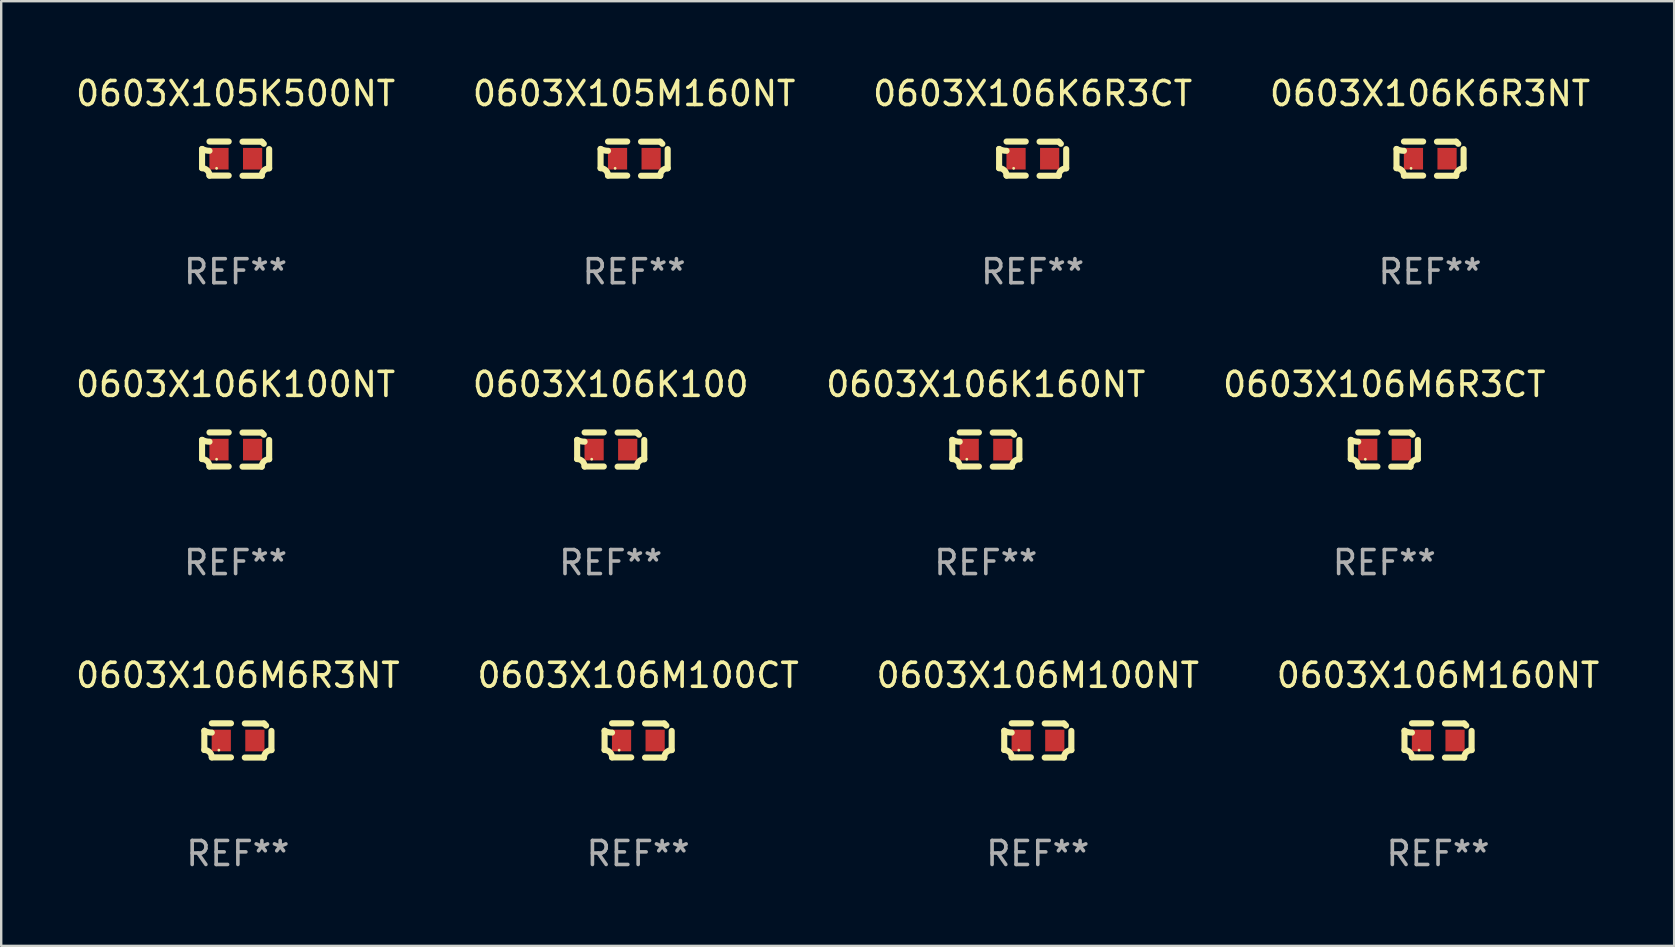
<source format=kicad_pcb>
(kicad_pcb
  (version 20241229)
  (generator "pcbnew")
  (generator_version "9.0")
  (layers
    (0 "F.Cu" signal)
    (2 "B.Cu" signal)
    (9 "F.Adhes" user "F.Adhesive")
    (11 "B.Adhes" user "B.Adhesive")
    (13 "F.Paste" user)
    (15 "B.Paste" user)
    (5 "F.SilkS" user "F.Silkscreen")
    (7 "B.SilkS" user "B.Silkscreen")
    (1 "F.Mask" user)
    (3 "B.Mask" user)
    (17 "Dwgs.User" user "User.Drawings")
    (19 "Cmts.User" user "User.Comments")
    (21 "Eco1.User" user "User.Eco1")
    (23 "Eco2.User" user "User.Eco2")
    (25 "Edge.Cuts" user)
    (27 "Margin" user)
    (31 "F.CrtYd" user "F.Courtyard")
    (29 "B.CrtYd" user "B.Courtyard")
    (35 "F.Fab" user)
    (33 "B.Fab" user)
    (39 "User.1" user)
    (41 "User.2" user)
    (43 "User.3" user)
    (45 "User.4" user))
  (footprint "0603X105M160NT"
    (layer "F.Cu")
    (at 23.375 3.561)
    (property "Reference" "0603X105M160NT" (at 0 -2.713 0) (layer "F.SilkS") (effects (font (size 1 1) (thickness 0.15))))
    (attr through_hole)
    (fp_line (start -1.398 -0.403) (end -1.398 0.397) (stroke (width 0.254) (type solid)) (layer "F.SilkS"))
    (fp_line (start -0.288 -0.713) (end -1.088 -0.713) (stroke (width 0.254) (type solid)) (layer "F.SilkS"))
    (fp_line (start -0.288 0.707) (end -1.088 0.707) (stroke (width 0.254) (type solid)) (layer "F.SilkS"))
    (fp_line (start 0.288 -0.707) (end 1.088 -0.707) (stroke (width 0.254) (type solid)) (layer "F.SilkS"))
    (fp_line (start 0.288 0.713) (end 1.088 0.713) (stroke (width 0.254) (type solid)) (layer "F.SilkS"))
    (fp_line (start 1.398 -0.397) (end 1.398 0.403) (stroke (width 0.254) (type solid)) (layer "F.SilkS"))
    (fp_arc (start -1.397789 0.397066) (mid -1.178701 0.487826) (end -1.08796 0.706922) (stroke (width 0.254001) (type solid)) (layer "F.SilkS"))
    (fp_arc (start -1.08796 -0.327176) (mid -1.247436 -0.346384) (end -1.39779 -0.402908) (stroke (width 0.254001) (type solid)) (layer "F.SilkS"))
    (fp_arc (start 1.087909 0.712738) (mid 1.178656 0.493655) (end 1.397739 0.402908) (stroke (width 0.254001) (type solid)) (layer "F.SilkS"))
    (fp_arc (start 1.175925 -0.618926) (mid 1.131917 -0.662923) (end 1.08791 -0.706922) (stroke (width 0.254001) (type solid)) (layer "F.SilkS"))
    (fp_circle (center -0.792 0.403) (end -0.762 0.403) (stroke (width 0.06) (type solid)) (fill no) (layer "F.SilkS"))
    (fp_text user "REF**" (at 0 4.713 0) (layer "F.Fab") (effects (font (size 1 1) (thickness 0.15))))
    (pad "1" smd rect (at -0.692 0.003) (size 0.8 0.9) (layers "F.Cu" "F.Mask" "F.Paste"))
    (pad "2" smd rect (at 0.708 0.003) (size 0.8 0.9) (layers "F.Cu" "F.Mask" "F.Paste")))
  (footprint "0603X106K100NT"
    (layer "F.Cu")
    (at 6.768 15.683)
    (property "Reference" "0603X106K100NT" (at 0 -2.713 0) (layer "F.SilkS") (effects (font (size 1 1) (thickness 0.15))))
    (attr through_hole)
    (fp_line (start -1.398 -0.403) (end -1.398 0.397) (stroke (width 0.254) (type solid)) (layer "F.SilkS"))
    (fp_line (start -0.288 -0.713) (end -1.088 -0.713) (stroke (width 0.254) (type solid)) (layer "F.SilkS"))
    (fp_line (start -0.288 0.707) (end -1.088 0.707) (stroke (width 0.254) (type solid)) (layer "F.SilkS"))
    (fp_line (start 0.288 -0.707) (end 1.088 -0.707) (stroke (width 0.254) (type solid)) (layer "F.SilkS"))
    (fp_line (start 0.288 0.713) (end 1.088 0.713) (stroke (width 0.254) (type solid)) (layer "F.SilkS"))
    (fp_line (start 1.398 -0.397) (end 1.398 0.403) (stroke (width 0.254) (type solid)) (layer "F.SilkS"))
    (fp_arc (start -1.397789 0.397066) (mid -1.178701 0.487826) (end -1.08796 0.706922) (stroke (width 0.254001) (type solid)) (layer "F.SilkS"))
    (fp_arc (start -1.08796 -0.327176) (mid -1.247436 -0.346384) (end -1.39779 -0.402908) (stroke (width 0.254001) (type solid)) (layer "F.SilkS"))
    (fp_arc (start 1.087909 0.712738) (mid 1.178656 0.493655) (end 1.397739 0.402908) (stroke (width 0.254001) (type solid)) (layer "F.SilkS"))
    (fp_arc (start 1.175925 -0.618926) (mid 1.131917 -0.662923) (end 1.08791 -0.706922) (stroke (width 0.254001) (type solid)) (layer "F.SilkS"))
    (fp_circle (center -0.792 0.403) (end -0.762 0.403) (stroke (width 0.06) (type solid)) (fill no) (layer "F.SilkS"))
    (fp_text user "REF**" (at 0 4.713 0) (layer "F.Fab") (effects (font (size 1 1) (thickness 0.15))))
    (pad "1" smd rect (at -0.692 0.003) (size 0.8 0.9) (layers "F.Cu" "F.Mask" "F.Paste"))
    (pad "2" smd rect (at 0.708 0.003) (size 0.8 0.9) (layers "F.Cu" "F.Mask" "F.Paste")))
  (footprint "0603X106M100CT"
    (layer "F.Cu")
    (at 23.542 27.805)
    (property "Reference" "0603X106M100CT" (at 0 -2.713 0) (layer "F.SilkS") (effects (font (size 1 1) (thickness 0.15))))
    (attr through_hole)
    (fp_line (start -1.398 -0.403) (end -1.398 0.397) (stroke (width 0.254) (type solid)) (layer "F.SilkS"))
    (fp_line (start -0.288 -0.713) (end -1.088 -0.713) (stroke (width 0.254) (type solid)) (layer "F.SilkS"))
    (fp_line (start -0.288 0.707) (end -1.088 0.707) (stroke (width 0.254) (type solid)) (layer "F.SilkS"))
    (fp_line (start 0.288 -0.707) (end 1.088 -0.707) (stroke (width 0.254) (type solid)) (layer "F.SilkS"))
    (fp_line (start 0.288 0.713) (end 1.088 0.713) (stroke (width 0.254) (type solid)) (layer "F.SilkS"))
    (fp_line (start 1.398 -0.397) (end 1.398 0.403) (stroke (width 0.254) (type solid)) (layer "F.SilkS"))
    (fp_arc (start -1.397789 0.397066) (mid -1.178701 0.487826) (end -1.08796 0.706922) (stroke (width 0.254001) (type solid)) (layer "F.SilkS"))
    (fp_arc (start -1.08796 -0.327176) (mid -1.247436 -0.346384) (end -1.39779 -0.402908) (stroke (width 0.254001) (type solid)) (layer "F.SilkS"))
    (fp_arc (start 1.087909 0.712738) (mid 1.178656 0.493655) (end 1.397739 0.402908) (stroke (width 0.254001) (type solid)) (layer "F.SilkS"))
    (fp_arc (start 1.175925 -0.618926) (mid 1.131917 -0.662923) (end 1.08791 -0.706922) (stroke (width 0.254001) (type solid)) (layer "F.SilkS"))
    (fp_circle (center -0.792 0.403) (end -0.762 0.403) (stroke (width 0.06) (type solid)) (fill no) (layer "F.SilkS"))
    (fp_text user "REF**" (at 0 4.713 0) (layer "F.Fab") (effects (font (size 1 1) (thickness 0.15))))
    (pad "1" smd rect (at -0.692 0.003) (size 0.8 0.9) (layers "F.Cu" "F.Mask" "F.Paste"))
    (pad "2" smd rect (at 0.708 0.003) (size 0.8 0.9) (layers "F.Cu" "F.Mask" "F.Paste")))
  (footprint "0603X106K6R3CT"
    (layer "F.Cu")
    (at 39.982 3.561)
    (property "Reference" "0603X106K6R3CT" (at 0 -2.713 0) (layer "F.SilkS") (effects (font (size 1 1) (thickness 0.15))))
    (attr through_hole)
    (fp_line (start -1.398 -0.403) (end -1.398 0.397) (stroke (width 0.254) (type solid)) (layer "F.SilkS"))
    (fp_line (start -0.288 -0.713) (end -1.088 -0.713) (stroke (width 0.254) (type solid)) (layer "F.SilkS"))
    (fp_line (start -0.288 0.707) (end -1.088 0.707) (stroke (width 0.254) (type solid)) (layer "F.SilkS"))
    (fp_line (start 0.288 -0.707) (end 1.088 -0.707) (stroke (width 0.254) (type solid)) (layer "F.SilkS"))
    (fp_line (start 0.288 0.713) (end 1.088 0.713) (stroke (width 0.254) (type solid)) (layer "F.SilkS"))
    (fp_line (start 1.398 -0.397) (end 1.398 0.403) (stroke (width 0.254) (type solid)) (layer "F.SilkS"))
    (fp_arc (start -1.397789 0.397066) (mid -1.178701 0.487826) (end -1.08796 0.706922) (stroke (width 0.254001) (type solid)) (layer "F.SilkS"))
    (fp_arc (start -1.08796 -0.327176) (mid -1.247436 -0.346384) (end -1.39779 -0.402908) (stroke (width 0.254001) (type solid)) (layer "F.SilkS"))
    (fp_arc (start 1.087909 0.712738) (mid 1.178656 0.493655) (end 1.397739 0.402908) (stroke (width 0.254001) (type solid)) (layer "F.SilkS"))
    (fp_arc (start 1.175925 -0.618926) (mid 1.131917 -0.662923) (end 1.08791 -0.706922) (stroke (width 0.254001) (type solid)) (layer "F.SilkS"))
    (fp_circle (center -0.792 0.403) (end -0.762 0.403) (stroke (width 0.06) (type solid)) (fill no) (layer "F.SilkS"))
    (fp_text user "REF**" (at 0 4.713 0) (layer "F.Fab") (effects (font (size 1 1) (thickness 0.15))))
    (pad "1" smd rect (at -0.692 0.003) (size 0.8 0.9) (layers "F.Cu" "F.Mask" "F.Paste"))
    (pad "2" smd rect (at 0.708 0.003) (size 0.8 0.9) (layers "F.Cu" "F.Mask" "F.Paste")))
  (footprint "0603X105K500NT"
    (layer "F.Cu")
    (at 6.768 3.561)
    (property "Reference" "0603X105K500NT" (at 0 -2.713 0) (layer "F.SilkS") (effects (font (size 1 1) (thickness 0.15))))
    (attr through_hole)
    (fp_line (start -1.398 -0.403) (end -1.398 0.397) (stroke (width 0.254) (type solid)) (layer "F.SilkS"))
    (fp_line (start -0.288 -0.713) (end -1.088 -0.713) (stroke (width 0.254) (type solid)) (layer "F.SilkS"))
    (fp_line (start -0.288 0.707) (end -1.088 0.707) (stroke (width 0.254) (type solid)) (layer "F.SilkS"))
    (fp_line (start 0.288 -0.707) (end 1.088 -0.707) (stroke (width 0.254) (type solid)) (layer "F.SilkS"))
    (fp_line (start 0.288 0.713) (end 1.088 0.713) (stroke (width 0.254) (type solid)) (layer "F.SilkS"))
    (fp_line (start 1.398 -0.397) (end 1.398 0.403) (stroke (width 0.254) (type solid)) (layer "F.SilkS"))
    (fp_arc (start -1.397789 0.397066) (mid -1.178701 0.487826) (end -1.08796 0.706922) (stroke (width 0.254001) (type solid)) (layer "F.SilkS"))
    (fp_arc (start -1.08796 -0.327176) (mid -1.247436 -0.346384) (end -1.39779 -0.402908) (stroke (width 0.254001) (type solid)) (layer "F.SilkS"))
    (fp_arc (start 1.087909 0.712738) (mid 1.178656 0.493655) (end 1.397739 0.402908) (stroke (width 0.254001) (type solid)) (layer "F.SilkS"))
    (fp_arc (start 1.175925 -0.618926) (mid 1.131917 -0.662923) (end 1.08791 -0.706922) (stroke (width 0.254001) (type solid)) (layer "F.SilkS"))
    (fp_circle (center -0.792 0.403) (end -0.762 0.403) (stroke (width 0.06) (type solid)) (fill no) (layer "F.SilkS"))
    (fp_text user "REF**" (at 0 4.713 0) (layer "F.Fab") (effects (font (size 1 1) (thickness 0.15))))
    (pad "1" smd rect (at -0.692 0.003) (size 0.8 0.9) (layers "F.Cu" "F.Mask" "F.Paste"))
    (pad "2" smd rect (at 0.708 0.003) (size 0.8 0.9) (layers "F.Cu" "F.Mask" "F.Paste")))
  (footprint "0603X106M6R3NT"
    (layer "F.Cu")
    (at 6.863 27.805)
    (property "Reference" "0603X106M6R3NT" (at 0 -2.713 0) (layer "F.SilkS") (effects (font (size 1 1) (thickness 0.15))))
    (attr through_hole)
    (fp_line (start -1.398 -0.403) (end -1.398 0.397) (stroke (width 0.254) (type solid)) (layer "F.SilkS"))
    (fp_line (start -0.288 -0.713) (end -1.088 -0.713) (stroke (width 0.254) (type solid)) (layer "F.SilkS"))
    (fp_line (start -0.288 0.707) (end -1.088 0.707) (stroke (width 0.254) (type solid)) (layer "F.SilkS"))
    (fp_line (start 0.288 -0.707) (end 1.088 -0.707) (stroke (width 0.254) (type solid)) (layer "F.SilkS"))
    (fp_line (start 0.288 0.713) (end 1.088 0.713) (stroke (width 0.254) (type solid)) (layer "F.SilkS"))
    (fp_line (start 1.398 -0.397) (end 1.398 0.403) (stroke (width 0.254) (type solid)) (layer "F.SilkS"))
    (fp_arc (start -1.397789 0.397066) (mid -1.178701 0.487826) (end -1.08796 0.706922) (stroke (width 0.254001) (type solid)) (layer "F.SilkS"))
    (fp_arc (start -1.08796 -0.327176) (mid -1.247436 -0.346384) (end -1.39779 -0.402908) (stroke (width 0.254001) (type solid)) (layer "F.SilkS"))
    (fp_arc (start 1.087909 0.712738) (mid 1.178656 0.493655) (end 1.397739 0.402908) (stroke (width 0.254001) (type solid)) (layer "F.SilkS"))
    (fp_arc (start 1.175925 -0.618926) (mid 1.131917 -0.662923) (end 1.08791 -0.706922) (stroke (width 0.254001) (type solid)) (layer "F.SilkS"))
    (fp_circle (center -0.792 0.403) (end -0.762 0.403) (stroke (width 0.06) (type solid)) (fill no) (layer "F.SilkS"))
    (fp_text user "REF**" (at 0 4.713 0) (layer "F.Fab") (effects (font (size 1 1) (thickness 0.15))))
    (pad "1" smd rect (at -0.692 0.003) (size 0.8 0.9) (layers "F.Cu" "F.Mask" "F.Paste"))
    (pad "2" smd rect (at 0.708 0.003) (size 0.8 0.9) (layers "F.Cu" "F.Mask" "F.Paste")))
  (footprint "0603X106K160NT"
    (layer "F.Cu")
    (at 38.03 15.683)
    (property "Reference" "0603X106K160NT" (at 0 -2.713 0) (layer "F.SilkS") (effects (font (size 1 1) (thickness 0.15))))
    (attr through_hole)
    (fp_line (start -1.398 -0.403) (end -1.398 0.397) (stroke (width 0.254) (type solid)) (layer "F.SilkS"))
    (fp_line (start -0.288 -0.713) (end -1.088 -0.713) (stroke (width 0.254) (type solid)) (layer "F.SilkS"))
    (fp_line (start -0.288 0.707) (end -1.088 0.707) (stroke (width 0.254) (type solid)) (layer "F.SilkS"))
    (fp_line (start 0.288 -0.707) (end 1.088 -0.707) (stroke (width 0.254) (type solid)) (layer "F.SilkS"))
    (fp_line (start 0.288 0.713) (end 1.088 0.713) (stroke (width 0.254) (type solid)) (layer "F.SilkS"))
    (fp_line (start 1.398 -0.397) (end 1.398 0.403) (stroke (width 0.254) (type solid)) (layer "F.SilkS"))
    (fp_arc (start -1.397789 0.397066) (mid -1.178701 0.487826) (end -1.08796 0.706922) (stroke (width 0.254001) (type solid)) (layer "F.SilkS"))
    (fp_arc (start -1.08796 -0.327176) (mid -1.247436 -0.346384) (end -1.39779 -0.402908) (stroke (width 0.254001) (type solid)) (layer "F.SilkS"))
    (fp_arc (start 1.087909 0.712738) (mid 1.178656 0.493655) (end 1.397739 0.402908) (stroke (width 0.254001) (type solid)) (layer "F.SilkS"))
    (fp_arc (start 1.175925 -0.618926) (mid 1.131917 -0.662923) (end 1.08791 -0.706922) (stroke (width 0.254001) (type solid)) (layer "F.SilkS"))
    (fp_circle (center -0.792 0.403) (end -0.762 0.403) (stroke (width 0.06) (type solid)) (fill no) (layer "F.SilkS"))
    (fp_text user "REF**" (at 0 4.713 0) (layer "F.Fab") (effects (font (size 1 1) (thickness 0.15))))
    (pad "1" smd rect (at -0.692 0.003) (size 0.8 0.9) (layers "F.Cu" "F.Mask" "F.Paste"))
    (pad "2" smd rect (at 0.708 0.003) (size 0.8 0.9) (layers "F.Cu" "F.Mask" "F.Paste")))
  (footprint "0603X106M100NT"
    (layer "F.Cu")
    (at 40.196 27.805)
    (property "Reference" "0603X106M100NT" (at 0 -2.713 0) (layer "F.SilkS") (effects (font (size 1 1) (thickness 0.15))))
    (attr through_hole)
    (fp_line (start -1.398 -0.403) (end -1.398 0.397) (stroke (width 0.254) (type solid)) (layer "F.SilkS"))
    (fp_line (start -0.288 -0.713) (end -1.088 -0.713) (stroke (width 0.254) (type solid)) (layer "F.SilkS"))
    (fp_line (start -0.288 0.707) (end -1.088 0.707) (stroke (width 0.254) (type solid)) (layer "F.SilkS"))
    (fp_line (start 0.288 -0.707) (end 1.088 -0.707) (stroke (width 0.254) (type solid)) (layer "F.SilkS"))
    (fp_line (start 0.288 0.713) (end 1.088 0.713) (stroke (width 0.254) (type solid)) (layer "F.SilkS"))
    (fp_line (start 1.398 -0.397) (end 1.398 0.403) (stroke (width 0.254) (type solid)) (layer "F.SilkS"))
    (fp_arc (start -1.397789 0.397066) (mid -1.178701 0.487826) (end -1.08796 0.706922) (stroke (width 0.254001) (type solid)) (layer "F.SilkS"))
    (fp_arc (start -1.08796 -0.327176) (mid -1.247436 -0.346384) (end -1.39779 -0.402908) (stroke (width 0.254001) (type solid)) (layer "F.SilkS"))
    (fp_arc (start 1.087909 0.712738) (mid 1.178656 0.493655) (end 1.397739 0.402908) (stroke (width 0.254001) (type solid)) (layer "F.SilkS"))
    (fp_arc (start 1.175925 -0.618926) (mid 1.131917 -0.662923) (end 1.08791 -0.706922) (stroke (width 0.254001) (type solid)) (layer "F.SilkS"))
    (fp_circle (center -0.792 0.403) (end -0.762 0.403) (stroke (width 0.06) (type solid)) (fill no) (layer "F.SilkS"))
    (fp_text user "REF**" (at 0 4.713 0) (layer "F.Fab") (effects (font (size 1 1) (thickness 0.15))))
    (pad "1" smd rect (at -0.692 0.003) (size 0.8 0.9) (layers "F.Cu" "F.Mask" "F.Paste"))
    (pad "2" smd rect (at 0.708 0.003) (size 0.8 0.9) (layers "F.Cu" "F.Mask" "F.Paste")))
  (footprint "0603X106M6R3CT"
    (layer "F.Cu")
    (at 54.637 15.683)
    (property "Reference" "0603X106M6R3CT" (at 0 -2.713 0) (layer "F.SilkS") (effects (font (size 1 1) (thickness 0.15))))
    (attr through_hole)
    (fp_line (start -1.398 -0.403) (end -1.398 0.397) (stroke (width 0.254) (type solid)) (layer "F.SilkS"))
    (fp_line (start -0.288 -0.713) (end -1.088 -0.713) (stroke (width 0.254) (type solid)) (layer "F.SilkS"))
    (fp_line (start -0.288 0.707) (end -1.088 0.707) (stroke (width 0.254) (type solid)) (layer "F.SilkS"))
    (fp_line (start 0.288 -0.707) (end 1.088 -0.707) (stroke (width 0.254) (type solid)) (layer "F.SilkS"))
    (fp_line (start 0.288 0.713) (end 1.088 0.713) (stroke (width 0.254) (type solid)) (layer "F.SilkS"))
    (fp_line (start 1.398 -0.397) (end 1.398 0.403) (stroke (width 0.254) (type solid)) (layer "F.SilkS"))
    (fp_arc (start -1.397789 0.397066) (mid -1.178701 0.487826) (end -1.08796 0.706922) (stroke (width 0.254001) (type solid)) (layer "F.SilkS"))
    (fp_arc (start -1.08796 -0.327176) (mid -1.247436 -0.346384) (end -1.39779 -0.402908) (stroke (width 0.254001) (type solid)) (layer "F.SilkS"))
    (fp_arc (start 1.087909 0.712738) (mid 1.178656 0.493655) (end 1.397739 0.402908) (stroke (width 0.254001) (type solid)) (layer "F.SilkS"))
    (fp_arc (start 1.175925 -0.618926) (mid 1.131917 -0.662923) (end 1.08791 -0.706922) (stroke (width 0.254001) (type solid)) (layer "F.SilkS"))
    (fp_circle (center -0.792 0.403) (end -0.762 0.403) (stroke (width 0.06) (type solid)) (fill no) (layer "F.SilkS"))
    (fp_text user "REF**" (at 0 4.713 0) (layer "F.Fab") (effects (font (size 1 1) (thickness 0.15))))
    (pad "1" smd rect (at -0.692 0.003) (size 0.8 0.9) (layers "F.Cu" "F.Mask" "F.Paste"))
    (pad "2" smd rect (at 0.708 0.003) (size 0.8 0.9) (layers "F.Cu" "F.Mask" "F.Paste")))
  (footprint "0603X106K100"
    (layer "F.Cu")
    (at 22.399 15.683)
    (property "Reference" "0603X106K100" (at 0 -2.713 0) (layer "F.SilkS") (effects (font (size 1 1) (thickness 0.15))))
    (attr through_hole)
    (fp_line (start -1.398 -0.403) (end -1.398 0.397) (stroke (width 0.254) (type solid)) (layer "F.SilkS"))
    (fp_line (start -0.288 -0.713) (end -1.088 -0.713) (stroke (width 0.254) (type solid)) (layer "F.SilkS"))
    (fp_line (start -0.288 0.707) (end -1.088 0.707) (stroke (width 0.254) (type solid)) (layer "F.SilkS"))
    (fp_line (start 0.288 -0.707) (end 1.088 -0.707) (stroke (width 0.254) (type solid)) (layer "F.SilkS"))
    (fp_line (start 0.288 0.713) (end 1.088 0.713) (stroke (width 0.254) (type solid)) (layer "F.SilkS"))
    (fp_line (start 1.398 -0.397) (end 1.398 0.403) (stroke (width 0.254) (type solid)) (layer "F.SilkS"))
    (fp_arc (start -1.397789 0.397066) (mid -1.178701 0.487826) (end -1.08796 0.706922) (stroke (width 0.254001) (type solid)) (layer "F.SilkS"))
    (fp_arc (start -1.08796 -0.327176) (mid -1.247436 -0.346384) (end -1.39779 -0.402908) (stroke (width 0.254001) (type solid)) (layer "F.SilkS"))
    (fp_arc (start 1.087909 0.712738) (mid 1.178656 0.493655) (end 1.397739 0.402908) (stroke (width 0.254001) (type solid)) (layer "F.SilkS"))
    (fp_arc (start 1.175925 -0.618926) (mid 1.131917 -0.662923) (end 1.08791 -0.706922) (stroke (width 0.254001) (type solid)) (layer "F.SilkS"))
    (fp_circle (center -0.792 0.403) (end -0.762 0.403) (stroke (width 0.06) (type solid)) (fill no) (layer "F.SilkS"))
    (fp_text user "REF**" (at 0 4.713 0) (layer "F.Fab") (effects (font (size 1 1) (thickness 0.15))))
    (pad "1" smd rect (at -0.692 0.003) (size 0.8 0.9) (layers "F.Cu" "F.Mask" "F.Paste"))
    (pad "2" smd rect (at 0.708 0.003) (size 0.8 0.9) (layers "F.Cu" "F.Mask" "F.Paste")))
  (footprint "0603X106M160NT"
    (layer "F.Cu")
    (at 56.875 27.805)
    (property "Reference" "0603X106M160NT" (at 0 -2.713 0) (layer "F.SilkS") (effects (font (size 1 1) (thickness 0.15))))
    (attr through_hole)
    (fp_line (start -1.398 -0.403) (end -1.398 0.397) (stroke (width 0.254) (type solid)) (layer "F.SilkS"))
    (fp_line (start -0.288 -0.713) (end -1.088 -0.713) (stroke (width 0.254) (type solid)) (layer "F.SilkS"))
    (fp_line (start -0.288 0.707) (end -1.088 0.707) (stroke (width 0.254) (type solid)) (layer "F.SilkS"))
    (fp_line (start 0.288 -0.707) (end 1.088 -0.707) (stroke (width 0.254) (type solid)) (layer "F.SilkS"))
    (fp_line (start 0.288 0.713) (end 1.088 0.713) (stroke (width 0.254) (type solid)) (layer "F.SilkS"))
    (fp_line (start 1.398 -0.397) (end 1.398 0.403) (stroke (width 0.254) (type solid)) (layer "F.SilkS"))
    (fp_arc (start -1.397789 0.397066) (mid -1.178701 0.487826) (end -1.08796 0.706922) (stroke (width 0.254001) (type solid)) (layer "F.SilkS"))
    (fp_arc (start -1.08796 -0.327176) (mid -1.247436 -0.346384) (end -1.39779 -0.402908) (stroke (width 0.254001) (type solid)) (layer "F.SilkS"))
    (fp_arc (start 1.087909 0.712738) (mid 1.178656 0.493655) (end 1.397739 0.402908) (stroke (width 0.254001) (type solid)) (layer "F.SilkS"))
    (fp_arc (start 1.175925 -0.618926) (mid 1.131917 -0.662923) (end 1.08791 -0.706922) (stroke (width 0.254001) (type solid)) (layer "F.SilkS"))
    (fp_circle (center -0.792 0.403) (end -0.762 0.403) (stroke (width 0.06) (type solid)) (fill no) (layer "F.SilkS"))
    (fp_text user "REF**" (at 0 4.713 0) (layer "F.Fab") (effects (font (size 1 1) (thickness 0.15))))
    (pad "1" smd rect (at -0.692 0.003) (size 0.8 0.9) (layers "F.Cu" "F.Mask" "F.Paste"))
    (pad "2" smd rect (at 0.708 0.003) (size 0.8 0.9) (layers "F.Cu" "F.Mask" "F.Paste")))
  (footprint "0603X106K6R3NT"
    (layer "F.Cu")
    (at 56.542 3.561)
    (property "Reference" "0603X106K6R3NT" (at 0 -2.713 0) (layer "F.SilkS") (effects (font (size 1 1) (thickness 0.15))))
    (attr through_hole)
    (fp_line (start -1.398 -0.403) (end -1.398 0.397) (stroke (width 0.254) (type solid)) (layer "F.SilkS"))
    (fp_line (start -0.288 -0.713) (end -1.088 -0.713) (stroke (width 0.254) (type solid)) (layer "F.SilkS"))
    (fp_line (start -0.288 0.707) (end -1.088 0.707) (stroke (width 0.254) (type solid)) (layer "F.SilkS"))
    (fp_line (start 0.288 -0.707) (end 1.088 -0.707) (stroke (width 0.254) (type solid)) (layer "F.SilkS"))
    (fp_line (start 0.288 0.713) (end 1.088 0.713) (stroke (width 0.254) (type solid)) (layer "F.SilkS"))
    (fp_line (start 1.398 -0.397) (end 1.398 0.403) (stroke (width 0.254) (type solid)) (layer "F.SilkS"))
    (fp_arc (start -1.397789 0.397066) (mid -1.178701 0.487826) (end -1.08796 0.706922) (stroke (width 0.254001) (type solid)) (layer "F.SilkS"))
    (fp_arc (start -1.08796 -0.327176) (mid -1.247436 -0.346384) (end -1.39779 -0.402908) (stroke (width 0.254001) (type solid)) (layer "F.SilkS"))
    (fp_arc (start 1.087909 0.712738) (mid 1.178656 0.493655) (end 1.397739 0.402908) (stroke (width 0.254001) (type solid)) (layer "F.SilkS"))
    (fp_arc (start 1.175925 -0.618926) (mid 1.131917 -0.662923) (end 1.08791 -0.706922) (stroke (width 0.254001) (type solid)) (layer "F.SilkS"))
    (fp_circle (center -0.792 0.403) (end -0.762 0.403) (stroke (width 0.06) (type solid)) (fill no) (layer "F.SilkS"))
    (fp_text user "REF**" (at 0 4.713 0) (layer "F.Fab") (effects (font (size 1 1) (thickness 0.15))))
    (pad "1" smd rect (at -0.692 0.003) (size 0.8 0.9) (layers "F.Cu" "F.Mask" "F.Paste"))
    (pad "2" smd rect (at 0.708 0.003) (size 0.8 0.9) (layers "F.Cu" "F.Mask" "F.Paste")))
  (gr_rect
    (start -3 -3)
    (end 66.714 36.366)
    (stroke (width 0.1) (type default))
    (fill no)
    (layer "Edge.Cuts")))
</source>
